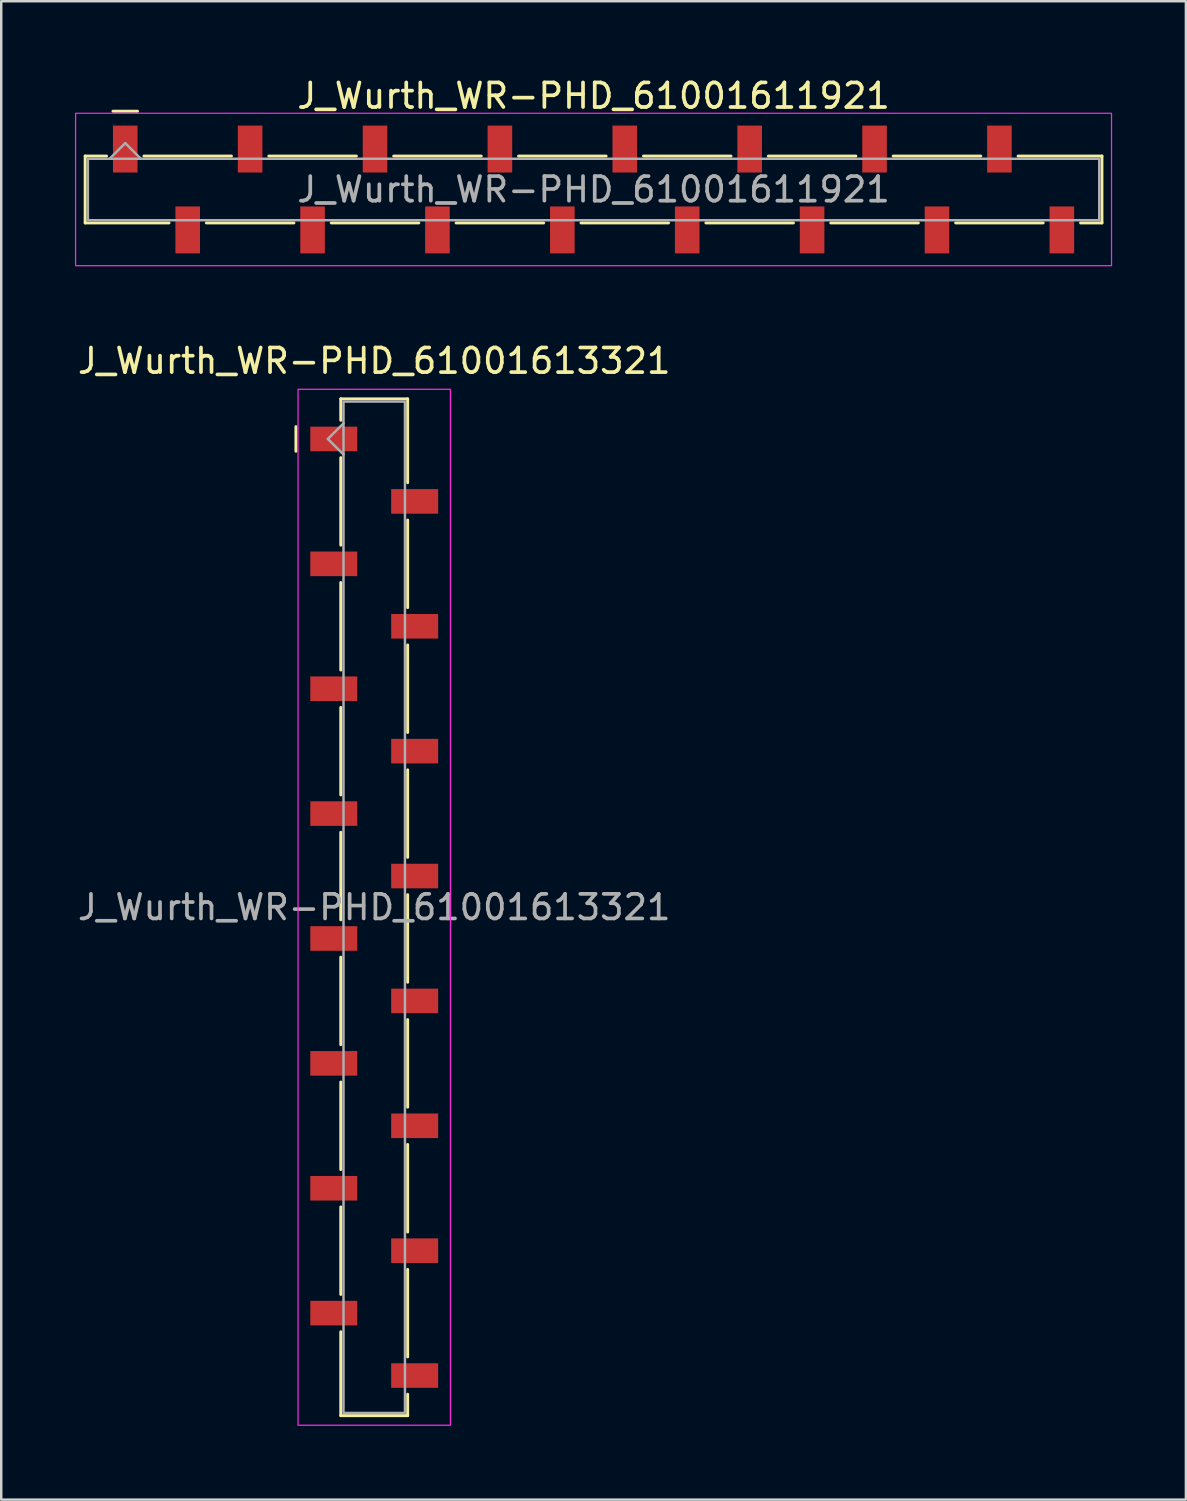
<source format=kicad_pcb>
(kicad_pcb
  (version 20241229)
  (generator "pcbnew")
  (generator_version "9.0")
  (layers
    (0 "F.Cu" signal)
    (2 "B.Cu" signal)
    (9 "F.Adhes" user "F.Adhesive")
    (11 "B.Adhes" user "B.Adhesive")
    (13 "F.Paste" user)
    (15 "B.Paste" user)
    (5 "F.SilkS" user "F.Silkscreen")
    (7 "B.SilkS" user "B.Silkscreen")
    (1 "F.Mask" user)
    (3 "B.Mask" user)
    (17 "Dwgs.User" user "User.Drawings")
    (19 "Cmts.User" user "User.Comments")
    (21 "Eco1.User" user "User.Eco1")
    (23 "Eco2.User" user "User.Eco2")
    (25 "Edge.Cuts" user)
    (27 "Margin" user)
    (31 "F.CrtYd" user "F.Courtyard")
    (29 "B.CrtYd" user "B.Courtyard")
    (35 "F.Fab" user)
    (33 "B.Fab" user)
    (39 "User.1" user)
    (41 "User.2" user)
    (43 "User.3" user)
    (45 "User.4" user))
  (footprint "J_Wurth_WR-PHD_61001613321"
    (layer "F.Cu")
    (at 12.173 33.856)
    (property "Reference" "J_Wurth_WR-PHD_61001613321" (at 0 -22.225 0) (unlocked yes) (layer "F.SilkS") (effects (font (size 1 1) (thickness 0.15))))
    (attr smd)
    (fp_line (start -3.185 -19.55) (end -3.185 -18.55) (stroke (width 0.12) (type solid)) (layer "F.SilkS"))
    (fp_line (start -1.36 -20.68) (end -1.36 -19.81) (stroke (width 0.12) (type solid)) (layer "F.SilkS"))
    (fp_line (start -1.36 -20.68) (end 1.36 -20.68) (stroke (width 0.12) (type solid)) (layer "F.SilkS"))
    (fp_line (start -1.36 -18.29) (end -1.36 -14.73) (stroke (width 0.12) (type solid)) (layer "F.SilkS"))
    (fp_line (start -1.36 -13.21) (end -1.36 -9.65) (stroke (width 0.12) (type solid)) (layer "F.SilkS"))
    (fp_line (start -1.36 -8.13) (end -1.36 -4.57) (stroke (width 0.12) (type solid)) (layer "F.SilkS"))
    (fp_line (start -1.36 -3.05) (end -1.36 0.51) (stroke (width 0.12) (type solid)) (layer "F.SilkS"))
    (fp_line (start -1.36 2.03) (end -1.36 5.59) (stroke (width 0.12) (type solid)) (layer "F.SilkS"))
    (fp_line (start -1.36 7.11) (end -1.36 10.67) (stroke (width 0.12) (type solid)) (layer "F.SilkS"))
    (fp_line (start -1.36 12.19) (end -1.36 15.75) (stroke (width 0.12) (type solid)) (layer "F.SilkS"))
    (fp_line (start -1.36 17.27) (end -1.36 20.68) (stroke (width 0.12) (type solid)) (layer "F.SilkS"))
    (fp_line (start -1.36 20.68) (end 1.36 20.68) (stroke (width 0.12) (type solid)) (layer "F.SilkS"))
    (fp_line (start 1.36 -20.68) (end 1.36 -17.27) (stroke (width 0.12) (type solid)) (layer "F.SilkS"))
    (fp_line (start 1.36 -15.75) (end 1.36 -12.19) (stroke (width 0.12) (type solid)) (layer "F.SilkS"))
    (fp_line (start 1.36 -10.67) (end 1.36 -7.11) (stroke (width 0.12) (type solid)) (layer "F.SilkS"))
    (fp_line (start 1.36 -5.59) (end 1.36 -2.03) (stroke (width 0.12) (type solid)) (layer "F.SilkS"))
    (fp_line (start 1.36 -0.51) (end 1.36 3.05) (stroke (width 0.12) (type solid)) (layer "F.SilkS"))
    (fp_line (start 1.36 4.57) (end 1.36 8.13) (stroke (width 0.12) (type solid)) (layer "F.SilkS"))
    (fp_line (start 1.36 9.65) (end 1.36 13.21) (stroke (width 0.12) (type solid)) (layer "F.SilkS"))
    (fp_line (start 1.36 14.73) (end 1.36 18.29) (stroke (width 0.12) (type solid)) (layer "F.SilkS"))
    (fp_line (start 1.36 19.81) (end 1.36 20.68) (stroke (width 0.12) (type solid)) (layer "F.SilkS"))
    (fp_rect (start -3.1 -21.07) (end 3.1 21.07) (stroke (width 0.05) (type solid)) (fill no) (layer "F.CrtYd"))
    (fp_line (start -1.885 -19.05) (end -1.25 -18.415) (stroke (width 0.1) (type default)) (layer "F.Fab"))
    (fp_line (start -1.25 -19.685) (end -1.885 -19.05) (stroke (width 0.1) (type default)) (layer "F.Fab"))
    (fp_rect (start -1.25 -20.57) (end 1.25 20.57) (stroke (width 0.1) (type solid)) (fill no) (layer "F.Fab"))
    (fp_text user "${REFERENCE}" (at 0 0 0) (unlocked yes) (layer "F.Fab") (effects (font (size 1 1) (thickness 0.15))))
    (pad "1" smd rect (at -1.645 -19.05 270) (size 1 1.91) (layers "F.Cu" "F.Mask" "F.Paste"))
    (pad "2" smd rect (at 1.645 -16.51 270) (size 1 1.91) (layers "F.Cu" "F.Mask" "F.Paste"))
    (pad "3" smd rect (at -1.645 -13.97 270) (size 1 1.91) (layers "F.Cu" "F.Mask" "F.Paste"))
    (pad "4" smd rect (at 1.645 -11.43 270) (size 1 1.91) (layers "F.Cu" "F.Mask" "F.Paste"))
    (pad "5" smd rect (at -1.645 -8.89 270) (size 1 1.91) (layers "F.Cu" "F.Mask" "F.Paste"))
    (pad "6" smd rect (at 1.645 -6.35 270) (size 1 1.91) (layers "F.Cu" "F.Mask" "F.Paste"))
    (pad "7" smd rect (at -1.645 -3.81 270) (size 1 1.91) (layers "F.Cu" "F.Mask" "F.Paste"))
    (pad "8" smd rect (at 1.645 -1.27 270) (size 1 1.91) (layers "F.Cu" "F.Mask" "F.Paste"))
    (pad "9" smd rect (at -1.645 1.27 270) (size 1 1.91) (layers "F.Cu" "F.Mask" "F.Paste"))
    (pad "10" smd rect (at 1.645 3.81 270) (size 1 1.91) (layers "F.Cu" "F.Mask" "F.Paste"))
    (pad "11" smd rect (at -1.645 6.35 270) (size 1 1.91) (layers "F.Cu" "F.Mask" "F.Paste"))
    (pad "12" smd rect (at 1.645 8.89 270) (size 1 1.91) (layers "F.Cu" "F.Mask" "F.Paste"))
    (pad "13" smd rect (at -1.645 11.43 270) (size 1 1.91) (layers "F.Cu" "F.Mask" "F.Paste"))
    (pad "14" smd rect (at 1.645 13.97 270) (size 1 1.91) (layers "F.Cu" "F.Mask" "F.Paste"))
    (pad "15" smd rect (at -1.645 16.51 270) (size 1 1.91) (layers "F.Cu" "F.Mask" "F.Paste"))
    (pad "16" smd rect (at 1.645 19.05 270) (size 1 1.91) (layers "F.Cu" "F.Mask" "F.Paste")))
  (footprint "J_Wurth_WR-PHD_61001611921"
    (layer "F.Cu")
    (at 21.095 4.658)
    (property "Reference" "J_Wurth_WR-PHD_61001611921" (at 0 -3.81 0) (unlocked yes) (layer "F.SilkS") (effects (font (size 1 1) (thickness 0.15))))
    (attr smd)
    (fp_line (start -20.68 -1.36) (end -20.68 1.36) (stroke (width 0.12) (type solid)) (layer "F.SilkS"))
    (fp_line (start -20.68 -1.36) (end -19.81 -1.36) (stroke (width 0.12) (type solid)) (layer "F.SilkS"))
    (fp_line (start -20.68 1.36) (end -17.27 1.36) (stroke (width 0.12) (type solid)) (layer "F.SilkS"))
    (fp_line (start -19.55 -3.185) (end -18.55 -3.185) (stroke (width 0.12) (type solid)) (layer "F.SilkS"))
    (fp_line (start -18.29 -1.36) (end -14.73 -1.36) (stroke (width 0.12) (type solid)) (layer "F.SilkS"))
    (fp_line (start -15.75 1.36) (end -12.19 1.36) (stroke (width 0.12) (type solid)) (layer "F.SilkS"))
    (fp_line (start -13.21 -1.36) (end -9.65 -1.36) (stroke (width 0.12) (type solid)) (layer "F.SilkS"))
    (fp_line (start -10.67 1.36) (end -7.11 1.36) (stroke (width 0.12) (type solid)) (layer "F.SilkS"))
    (fp_line (start -8.13 -1.36) (end -4.57 -1.36) (stroke (width 0.12) (type solid)) (layer "F.SilkS"))
    (fp_line (start -5.59 1.36) (end -2.03 1.36) (stroke (width 0.12) (type solid)) (layer "F.SilkS"))
    (fp_line (start -3.05 -1.36) (end 0.51 -1.36) (stroke (width 0.12) (type solid)) (layer "F.SilkS"))
    (fp_line (start -0.51 1.36) (end 3.05 1.36) (stroke (width 0.12) (type solid)) (layer "F.SilkS"))
    (fp_line (start 2.03 -1.36) (end 5.59 -1.36) (stroke (width 0.12) (type solid)) (layer "F.SilkS"))
    (fp_line (start 4.57 1.36) (end 8.13 1.36) (stroke (width 0.12) (type solid)) (layer "F.SilkS"))
    (fp_line (start 7.11 -1.36) (end 10.67 -1.36) (stroke (width 0.12) (type solid)) (layer "F.SilkS"))
    (fp_line (start 9.65 1.36) (end 13.21 1.36) (stroke (width 0.12) (type solid)) (layer "F.SilkS"))
    (fp_line (start 12.19 -1.36) (end 15.75 -1.36) (stroke (width 0.12) (type solid)) (layer "F.SilkS"))
    (fp_line (start 14.73 1.36) (end 18.29 1.36) (stroke (width 0.12) (type solid)) (layer "F.SilkS"))
    (fp_line (start 17.27 -1.36) (end 20.68 -1.36) (stroke (width 0.12) (type solid)) (layer "F.SilkS"))
    (fp_line (start 19.81 1.36) (end 20.68 1.36) (stroke (width 0.12) (type solid)) (layer "F.SilkS"))
    (fp_line (start 20.68 -1.36) (end 20.68 1.36) (stroke (width 0.12) (type solid)) (layer "F.SilkS"))
    (fp_rect (start -21.07 -3.1) (end 21.07 3.1) (stroke (width 0.05) (type solid)) (fill no) (layer "F.CrtYd"))
    (fp_line (start -19.685 -1.25) (end -19.05 -1.885) (stroke (width 0.1) (type default)) (layer "F.Fab"))
    (fp_line (start -19.05 -1.885) (end -18.415 -1.25) (stroke (width 0.1) (type default)) (layer "F.Fab"))
    (fp_rect (start -20.57 -1.25) (end 20.57 1.25) (stroke (width 0.1) (type solid)) (fill no) (layer "F.Fab"))
    (fp_text user "${REFERENCE}" (at 0 0 0) (unlocked yes) (layer "F.Fab") (effects (font (size 1 1) (thickness 0.15))))
    (pad "1" smd rect (at -19.05 -1.645) (size 1 1.91) (layers "F.Cu" "F.Mask" "F.Paste"))
    (pad "2" smd rect (at -16.51 1.645) (size 1 1.91) (layers "F.Cu" "F.Mask" "F.Paste"))
    (pad "3" smd rect (at -13.97 -1.645) (size 1 1.91) (layers "F.Cu" "F.Mask" "F.Paste"))
    (pad "4" smd rect (at -11.43 1.645) (size 1 1.91) (layers "F.Cu" "F.Mask" "F.Paste"))
    (pad "5" smd rect (at -8.89 -1.645) (size 1 1.91) (layers "F.Cu" "F.Mask" "F.Paste"))
    (pad "6" smd rect (at -6.35 1.645) (size 1 1.91) (layers "F.Cu" "F.Mask" "F.Paste"))
    (pad "7" smd rect (at -3.81 -1.645) (size 1 1.91) (layers "F.Cu" "F.Mask" "F.Paste"))
    (pad "8" smd rect (at -1.27 1.645) (size 1 1.91) (layers "F.Cu" "F.Mask" "F.Paste"))
    (pad "9" smd rect (at 1.27 -1.645) (size 1 1.91) (layers "F.Cu" "F.Mask" "F.Paste"))
    (pad "10" smd rect (at 3.81 1.645) (size 1 1.91) (layers "F.Cu" "F.Mask" "F.Paste"))
    (pad "11" smd rect (at 6.35 -1.645) (size 1 1.91) (layers "F.Cu" "F.Mask" "F.Paste"))
    (pad "12" smd rect (at 8.89 1.645) (size 1 1.91) (layers "F.Cu" "F.Mask" "F.Paste"))
    (pad "13" smd rect (at 11.43 -1.645) (size 1 1.91) (layers "F.Cu" "F.Mask" "F.Paste"))
    (pad "14" smd rect (at 13.97 1.645) (size 1 1.91) (layers "F.Cu" "F.Mask" "F.Paste"))
    (pad "15" smd rect (at 16.51 -1.645) (size 1 1.91) (layers "F.Cu" "F.Mask" "F.Paste"))
    (pad "16" smd rect (at 19.05 1.645) (size 1 1.91) (layers "F.Cu" "F.Mask" "F.Paste")))
  (gr_rect
    (start -3 -3)
    (end 45.19 57.952)
    (stroke (width 0.1) (type default))
    (fill no)
    (layer "Edge.Cuts")))
</source>
